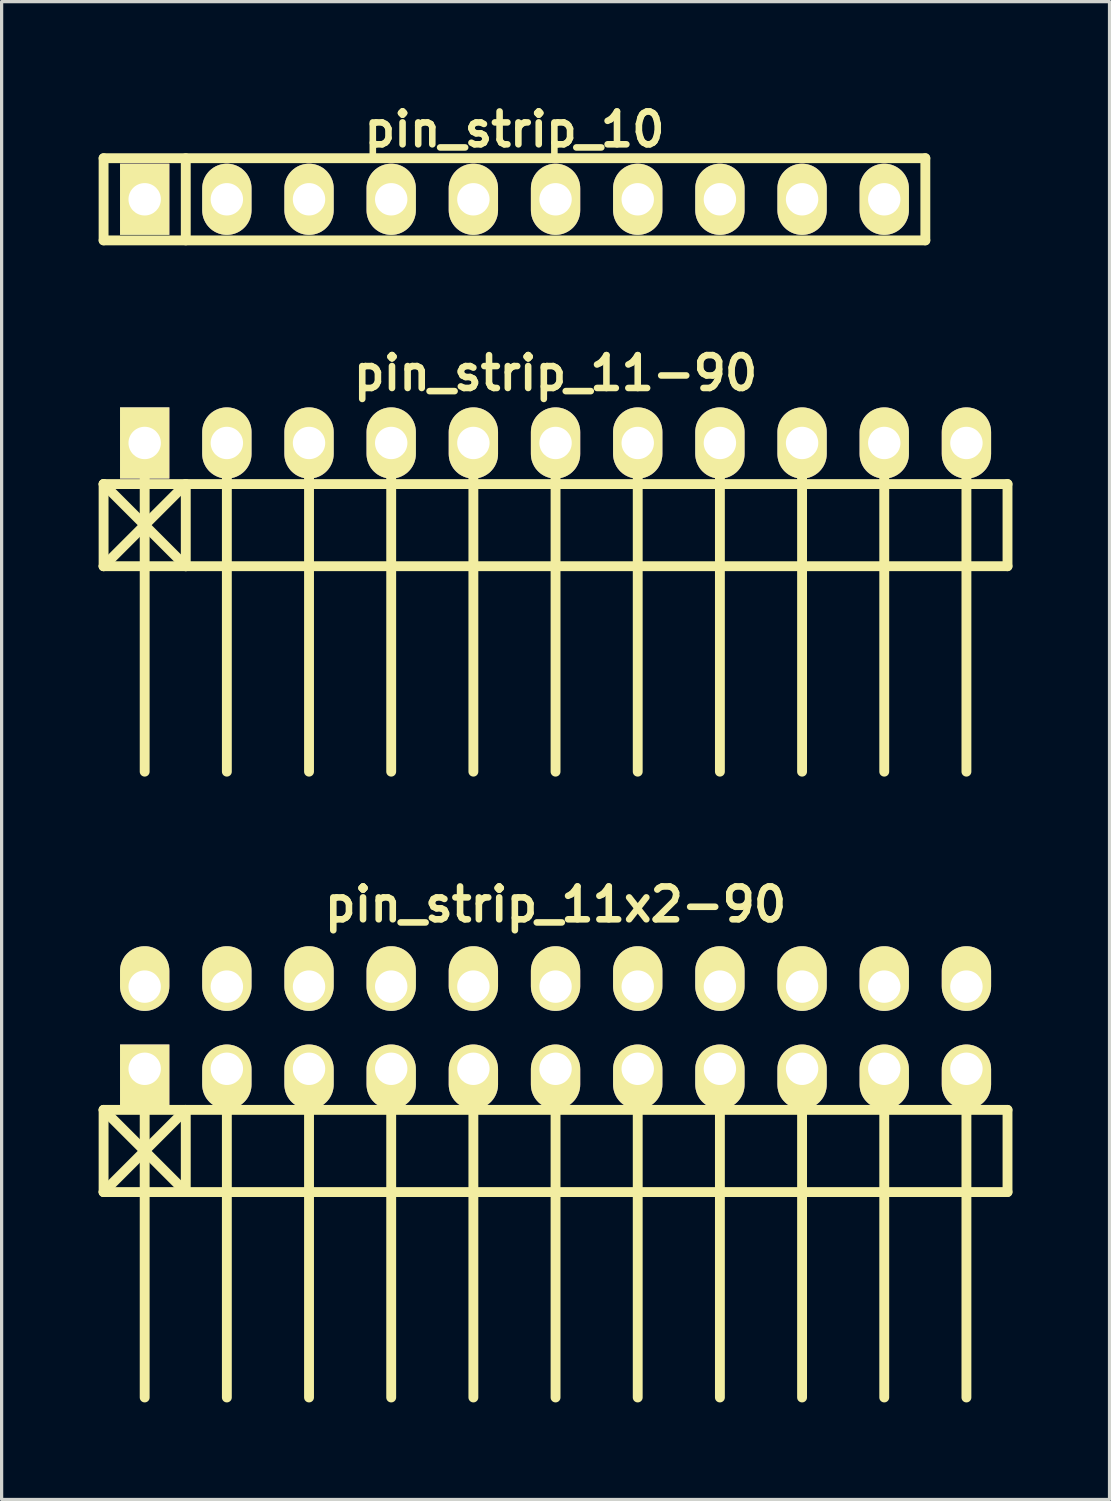
<source format=kicad_pcb>
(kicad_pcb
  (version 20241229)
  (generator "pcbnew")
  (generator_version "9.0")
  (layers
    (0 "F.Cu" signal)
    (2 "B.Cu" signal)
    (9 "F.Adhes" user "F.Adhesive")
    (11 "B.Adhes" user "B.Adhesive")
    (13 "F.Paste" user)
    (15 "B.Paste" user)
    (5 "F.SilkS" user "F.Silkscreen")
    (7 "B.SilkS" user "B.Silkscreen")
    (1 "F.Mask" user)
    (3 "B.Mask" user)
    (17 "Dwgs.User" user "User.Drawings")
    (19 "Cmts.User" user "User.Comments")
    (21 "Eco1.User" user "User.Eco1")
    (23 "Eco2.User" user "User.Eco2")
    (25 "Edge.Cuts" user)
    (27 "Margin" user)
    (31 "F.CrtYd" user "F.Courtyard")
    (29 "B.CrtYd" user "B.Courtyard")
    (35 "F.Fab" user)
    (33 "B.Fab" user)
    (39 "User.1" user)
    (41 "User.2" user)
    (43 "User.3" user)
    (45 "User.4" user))
  (footprint "pin_strip_11-90"
    (layer "F.Cu")
    (at 14.122 10.642)
    (property "Reference" "pin_strip_11-90" (at 0 -2.159 0) (layer "F.SilkS") (effects (font (size 1.016 1.016) (thickness 0.203))))
    (attr through_hole)
    (fp_line (start -13.97 1.27) (end 13.97 1.27) (stroke (width 0.305) (type solid)) (layer "F.SilkS"))
    (fp_line (start -13.97 3.81) (end -13.97 1.27) (stroke (width 0.305) (type solid)) (layer "F.SilkS"))
    (fp_line (start -13.97 3.81) (end -11.43 1.27) (stroke (width 0.305) (type solid)) (layer "F.SilkS"))
    (fp_line (start -12.7 0) (end -12.7 10.16) (stroke (width 0.305) (type solid)) (layer "F.SilkS"))
    (fp_line (start -11.43 1.27) (end -11.43 3.81) (stroke (width 0.305) (type solid)) (layer "F.SilkS"))
    (fp_line (start -11.43 3.81) (end -13.97 1.27) (stroke (width 0.305) (type solid)) (layer "F.SilkS"))
    (fp_line (start -10.16 0) (end -10.16 10.16) (stroke (width 0.305) (type solid)) (layer "F.SilkS"))
    (fp_line (start -7.62 10.16) (end -7.62 0) (stroke (width 0.305) (type solid)) (layer "F.SilkS"))
    (fp_line (start -5.08 0) (end -5.08 10.16) (stroke (width 0.305) (type solid)) (layer "F.SilkS"))
    (fp_line (start -2.54 0) (end -2.54 10.16) (stroke (width 0.305) (type solid)) (layer "F.SilkS"))
    (fp_line (start 0 0) (end 0 10.16) (stroke (width 0.305) (type solid)) (layer "F.SilkS"))
    (fp_line (start 2.54 0) (end 2.54 10.16) (stroke (width 0.305) (type solid)) (layer "F.SilkS"))
    (fp_line (start 5.08 0) (end 5.08 10.16) (stroke (width 0.305) (type solid)) (layer "F.SilkS"))
    (fp_line (start 7.62 0) (end 7.62 10.16) (stroke (width 0.305) (type solid)) (layer "F.SilkS"))
    (fp_line (start 10.16 0) (end 10.16 10.16) (stroke (width 0.305) (type solid)) (layer "F.SilkS"))
    (fp_line (start 12.7 0) (end 12.7 10.16) (stroke (width 0.305) (type solid)) (layer "F.SilkS"))
    (fp_line (start 13.97 1.27) (end 13.97 3.81) (stroke (width 0.305) (type solid)) (layer "F.SilkS"))
    (fp_line (start 13.97 3.81) (end -13.97 3.81) (stroke (width 0.305) (type solid)) (layer "F.SilkS"))
    (pad "1" thru_hole rect (at -12.7 0) (size 1.524 2.2) (drill 1.001) (layers "*.Cu" "*.Mask" "F.SilkS"))
    (pad "2" thru_hole oval (at -10.16 0) (size 1.524 2.2) (drill 1.001) (layers "*.Cu" "*.Mask" "F.SilkS"))
    (pad "3" thru_hole oval (at -7.62 0) (size 1.524 2.2) (drill 1.001) (layers "*.Cu" "*.Mask" "F.SilkS"))
    (pad "4" thru_hole oval (at -5.08 0) (size 1.524 2.2) (drill 1.001) (layers "*.Cu" "*.Mask" "F.SilkS"))
    (pad "5" thru_hole oval (at -2.54 0) (size 1.524 2.2) (drill 1.001) (layers "*.Cu" "*.Mask" "F.SilkS"))
    (pad "6" thru_hole oval (at 0 0) (size 1.524 2.2) (drill 1.001) (layers "*.Cu" "*.Mask" "F.SilkS"))
    (pad "7" thru_hole oval (at 2.54 0) (size 1.524 2.2) (drill 1.001) (layers "*.Cu" "*.Mask" "F.SilkS"))
    (pad "8" thru_hole oval (at 5.08 0) (size 1.524 2.2) (drill 1.001) (layers "*.Cu" "*.Mask" "F.SilkS"))
    (pad "9" thru_hole oval (at 7.62 0) (size 1.524 2.2) (drill 1.001) (layers "*.Cu" "*.Mask" "F.SilkS"))
    (pad "10" thru_hole oval (at 10.16 0) (size 1.524 2.2) (drill 1.001) (layers "*.Cu" "*.Mask" "F.SilkS"))
    (pad "11" thru_hole oval (at 12.7 0) (size 1.524 2.2) (drill 1.001) (layers "*.Cu" "*.Mask" "F.SilkS")))
  (footprint "pin_strip_11x2-90"
    (layer "F.Cu")
    (at 14.122 28.716)
    (property "Reference" "pin_strip_11x2-90" (at 0 -3.81 0) (layer "F.SilkS") (effects (font (size 1.016 1.016) (thickness 0.203))))
    (attr through_hole)
    (fp_line (start -13.97 2.54) (end -11.43 5.08) (stroke (width 0.305) (type solid)) (layer "F.SilkS"))
    (fp_line (start -13.97 2.54) (end 13.97 2.54) (stroke (width 0.305) (type solid)) (layer "F.SilkS"))
    (fp_line (start -13.97 5.08) (end -13.97 2.54) (stroke (width 0.305) (type solid)) (layer "F.SilkS"))
    (fp_line (start -12.7 1.27) (end -12.7 11.43) (stroke (width 0.305) (type solid)) (layer "F.SilkS"))
    (fp_line (start -11.43 2.54) (end -13.97 5.08) (stroke (width 0.305) (type solid)) (layer "F.SilkS"))
    (fp_line (start -11.43 5.08) (end -11.43 2.54) (stroke (width 0.305) (type solid)) (layer "F.SilkS"))
    (fp_line (start -10.16 1.27) (end -10.16 11.43) (stroke (width 0.305) (type solid)) (layer "F.SilkS"))
    (fp_line (start -7.62 11.43) (end -7.62 1.27) (stroke (width 0.305) (type solid)) (layer "F.SilkS"))
    (fp_line (start -5.08 1.27) (end -5.08 11.43) (stroke (width 0.305) (type solid)) (layer "F.SilkS"))
    (fp_line (start -2.54 1.27) (end -2.54 11.43) (stroke (width 0.305) (type solid)) (layer "F.SilkS"))
    (fp_line (start 0 1.27) (end 0 11.43) (stroke (width 0.305) (type solid)) (layer "F.SilkS"))
    (fp_line (start 2.54 1.27) (end 2.54 11.43) (stroke (width 0.305) (type solid)) (layer "F.SilkS"))
    (fp_line (start 5.08 1.27) (end 5.08 11.43) (stroke (width 0.305) (type solid)) (layer "F.SilkS"))
    (fp_line (start 7.62 1.27) (end 7.62 11.43) (stroke (width 0.305) (type solid)) (layer "F.SilkS"))
    (fp_line (start 10.16 1.27) (end 10.16 11.43) (stroke (width 0.305) (type solid)) (layer "F.SilkS"))
    (fp_line (start 12.7 1.27) (end 12.7 11.43) (stroke (width 0.305) (type solid)) (layer "F.SilkS"))
    (fp_line (start 13.97 2.54) (end 13.97 5.08) (stroke (width 0.305) (type solid)) (layer "F.SilkS"))
    (fp_line (start 13.97 5.08) (end -13.97 5.08) (stroke (width 0.305) (type solid)) (layer "F.SilkS"))
    (pad "1" thru_hole rect (at -12.7 1.27) (size 1.524 1.999) (drill 1.001 (offset 0 0.249)) (layers "*.Cu" "*.Mask" "F.SilkS"))
    (pad "2" thru_hole oval (at -12.7 -1.27) (size 1.524 1.999) (drill 1.001 (offset 0 -0.249)) (layers "*.Cu" "*.Mask" "F.SilkS"))
    (pad "3" thru_hole oval (at -10.16 1.27) (size 1.524 1.999) (drill 1.001 (offset 0 0.249)) (layers "*.Cu" "*.Mask" "F.SilkS"))
    (pad "4" thru_hole oval (at -10.16 -1.27) (size 1.524 1.999) (drill 1.001 (offset 0 -0.249)) (layers "*.Cu" "*.Mask" "F.SilkS"))
    (pad "5" thru_hole oval (at -7.62 1.27) (size 1.524 1.999) (drill 1.001 (offset 0 0.249)) (layers "*.Cu" "*.Mask" "F.SilkS"))
    (pad "6" thru_hole oval (at -7.62 -1.27) (size 1.524 1.999) (drill 1.001 (offset 0 -0.249)) (layers "*.Cu" "*.Mask" "F.SilkS"))
    (pad "7" thru_hole oval (at -5.08 1.27) (size 1.524 1.999) (drill 1.001 (offset 0 0.249)) (layers "*.Cu" "*.Mask" "F.SilkS"))
    (pad "8" thru_hole oval (at -5.08 -1.27) (size 1.524 1.999) (drill 1.001 (offset 0 -0.249)) (layers "*.Cu" "*.Mask" "F.SilkS"))
    (pad "9" thru_hole oval (at -2.54 1.27) (size 1.524 1.999) (drill 1.001 (offset 0 0.249)) (layers "*.Cu" "*.Mask" "F.SilkS"))
    (pad "10" thru_hole oval (at -2.54 -1.27) (size 1.524 1.999) (drill 1.001 (offset 0 -0.249)) (layers "*.Cu" "*.Mask" "F.SilkS"))
    (pad "11" thru_hole oval (at 0 1.27) (size 1.524 1.999) (drill 1.001 (offset 0 0.249)) (layers "*.Cu" "*.Mask" "F.SilkS"))
    (pad "12" thru_hole oval (at 0 -1.27) (size 1.524 1.999) (drill 1.001 (offset 0 -0.249)) (layers "*.Cu" "*.Mask" "F.SilkS"))
    (pad "13" thru_hole oval (at 2.54 1.27) (size 1.524 1.999) (drill 1.001 (offset 0 0.249)) (layers "*.Cu" "*.Mask" "F.SilkS"))
    (pad "14" thru_hole oval (at 2.54 -1.27) (size 1.524 1.999) (drill 1.001 (offset 0 -0.249)) (layers "*.Cu" "*.Mask" "F.SilkS"))
    (pad "15" thru_hole oval (at 5.08 1.27) (size 1.524 1.999) (drill 1.001 (offset 0 0.249)) (layers "*.Cu" "*.Mask" "F.SilkS"))
    (pad "16" thru_hole oval (at 5.08 -1.27) (size 1.524 1.999) (drill 1.001 (offset 0 -0.249)) (layers "*.Cu" "*.Mask" "F.SilkS"))
    (pad "17" thru_hole oval (at 7.62 1.27) (size 1.524 1.999) (drill 1.001 (offset 0 0.249)) (layers "*.Cu" "*.Mask" "F.SilkS"))
    (pad "18" thru_hole oval (at 7.62 -1.27) (size 1.524 1.999) (drill 1.001 (offset 0 -0.249)) (layers "*.Cu" "*.Mask" "F.SilkS"))
    (pad "19" thru_hole oval (at 10.16 1.27) (size 1.524 1.999) (drill 1.001 (offset 0 0.249)) (layers "*.Cu" "*.Mask" "F.SilkS"))
    (pad "20" thru_hole oval (at 10.16 -1.27) (size 1.524 1.999) (drill 1.001 (offset 0 -0.249)) (layers "*.Cu" "*.Mask" "F.SilkS"))
    (pad "21" thru_hole oval (at 12.7 1.27) (size 1.524 1.999) (drill 1.001 (offset 0 0.249)) (layers "*.Cu" "*.Mask" "F.SilkS"))
    (pad "22" thru_hole oval (at 12.7 -1.27) (size 1.524 1.999) (drill 1.001 (offset 0 -0.249)) (layers "*.Cu" "*.Mask" "F.SilkS")))
  (footprint "pin_strip_10"
    (layer "F.Cu")
    (at 12.852 3.11)
    (property "Reference" "pin_strip_10" (at 0 -2.159 0) (layer "F.SilkS") (effects (font (size 1.016 1.016) (thickness 0.203))))
    (attr through_hole)
    (fp_line (start -12.7 -1.27) (end 12.7 -1.27) (stroke (width 0.305) (type solid)) (layer "F.SilkS"))
    (fp_line (start -12.7 1.27) (end -12.7 -1.27) (stroke (width 0.305) (type solid)) (layer "F.SilkS"))
    (fp_line (start -10.16 -1.27) (end -10.16 1.27) (stroke (width 0.305) (type solid)) (layer "F.SilkS"))
    (fp_line (start 12.7 -1.27) (end 12.7 1.27) (stroke (width 0.305) (type solid)) (layer "F.SilkS"))
    (fp_line (start 12.7 1.27) (end -12.7 1.27) (stroke (width 0.305) (type solid)) (layer "F.SilkS"))
    (pad "1" thru_hole rect (at -11.43 0) (size 1.524 2.2) (drill 1.001) (layers "*.Cu" "*.Mask" "F.SilkS"))
    (pad "2" thru_hole oval (at -8.89 0) (size 1.524 2.2) (drill 1.001) (layers "*.Cu" "*.Mask" "F.SilkS"))
    (pad "3" thru_hole oval (at -6.35 0) (size 1.524 2.2) (drill 1.001) (layers "*.Cu" "*.Mask" "F.SilkS"))
    (pad "4" thru_hole oval (at -3.81 0) (size 1.524 2.2) (drill 1.001) (layers "*.Cu" "*.Mask" "F.SilkS"))
    (pad "5" thru_hole oval (at -1.27 0) (size 1.524 2.2) (drill 1.001) (layers "*.Cu" "*.Mask" "F.SilkS"))
    (pad "6" thru_hole oval (at 1.27 0) (size 1.524 2.2) (drill 1.001) (layers "*.Cu" "*.Mask" "F.SilkS"))
    (pad "7" thru_hole oval (at 3.81 0) (size 1.524 2.2) (drill 1.001) (layers "*.Cu" "*.Mask" "F.SilkS"))
    (pad "8" thru_hole oval (at 6.35 0) (size 1.524 2.2) (drill 1.001) (layers "*.Cu" "*.Mask" "F.SilkS"))
    (pad "9" thru_hole oval (at 8.89 0) (size 1.524 2.2) (drill 1.001) (layers "*.Cu" "*.Mask" "F.SilkS"))
    (pad "10" thru_hole oval (at 11.43 0) (size 1.524 2.2) (drill 1.001) (layers "*.Cu" "*.Mask" "F.SilkS")))
  (gr_rect
    (start -3 -3)
    (end 31.245 43.298)
    (stroke (width 0.1) (type default))
    (fill no)
    (layer "Edge.Cuts")))
</source>
